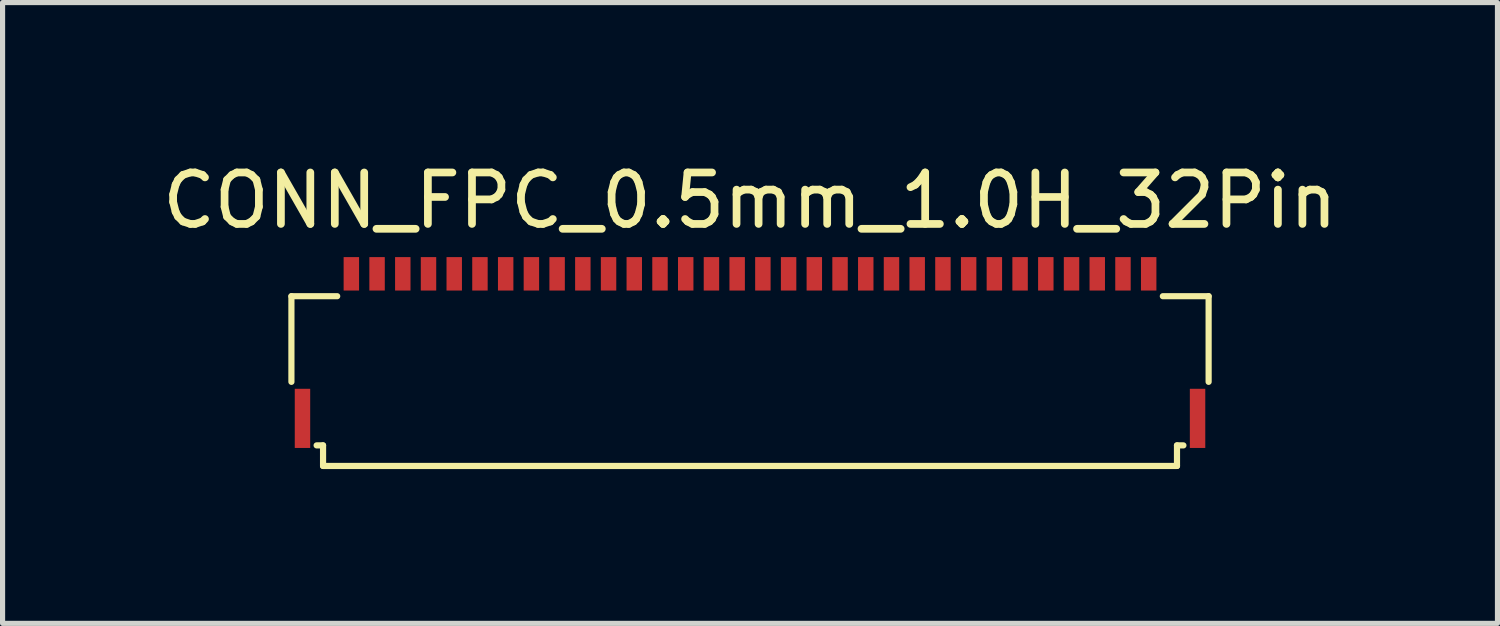
<source format=kicad_pcb>
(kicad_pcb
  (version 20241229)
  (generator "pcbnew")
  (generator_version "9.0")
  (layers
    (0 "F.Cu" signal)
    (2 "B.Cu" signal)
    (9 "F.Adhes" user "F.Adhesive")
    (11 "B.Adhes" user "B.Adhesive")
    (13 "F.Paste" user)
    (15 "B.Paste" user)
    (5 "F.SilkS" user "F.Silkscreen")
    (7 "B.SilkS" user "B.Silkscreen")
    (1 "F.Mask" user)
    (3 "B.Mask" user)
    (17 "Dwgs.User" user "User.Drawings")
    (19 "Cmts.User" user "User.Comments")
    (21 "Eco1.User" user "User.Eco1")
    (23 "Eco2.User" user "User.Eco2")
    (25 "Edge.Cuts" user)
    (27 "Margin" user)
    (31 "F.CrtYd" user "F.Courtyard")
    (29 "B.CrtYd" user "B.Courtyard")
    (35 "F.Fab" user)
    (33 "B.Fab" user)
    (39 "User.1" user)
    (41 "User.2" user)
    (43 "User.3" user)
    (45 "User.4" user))
  (footprint "CONN_FPC_0.5mm_1.0H_32Pin"
    (layer "F.Cu")
    (at 11.53 2.273)
    (property "Reference" "CONN_FPC_0.5mm_1.0H_32Pin" (at 0 -1.425 0) (layer "F.SilkS") (effects (font (size 1 1) (thickness 0.15))))
    (attr smd)
    (fp_line (start -8.915 0.435) (end -8.915 2.1) (stroke (width 0.12) (type solid)) (layer "F.SilkS"))
    (fp_line (start -8.915 0.435) (end -8.025 0.435) (stroke (width 0.12) (type solid)) (layer "F.SilkS"))
    (fp_line (start -8.425 3.335) (end -8.3 3.335) (stroke (width 0.12) (type solid)) (layer "F.SilkS"))
    (fp_line (start -8.3 3.735) (end -8.3 3.335) (stroke (width 0.12) (type solid)) (layer "F.SilkS"))
    (fp_line (start -8.3 3.735) (end 8.3 3.735) (stroke (width 0.12) (type solid)) (layer "F.SilkS"))
    (fp_line (start 8.025 0.435) (end 8.915 0.435) (stroke (width 0.12) (type solid)) (layer "F.SilkS"))
    (fp_line (start 8.3 3.335) (end 8.425 3.335) (stroke (width 0.12) (type solid)) (layer "F.SilkS"))
    (fp_line (start 8.3 3.735) (end 8.3 3.335) (stroke (width 0.12) (type solid)) (layer "F.SilkS"))
    (fp_line (start 8.915 0.435) (end 8.915 2.1) (stroke (width 0.12) (type solid)) (layer "F.SilkS"))
    (pad "1" smd rect (at -7.75 0) (size 0.3 0.65) (layers "F.Cu" "F.Mask" "F.Paste"))
    (pad "2" smd rect (at -7.25 0) (size 0.3 0.65) (layers "F.Cu" "F.Mask" "F.Paste"))
    (pad "3" smd rect (at -6.75 0) (size 0.3 0.65) (layers "F.Cu" "F.Mask" "F.Paste"))
    (pad "4" smd rect (at -6.25 0) (size 0.3 0.65) (layers "F.Cu" "F.Mask" "F.Paste"))
    (pad "5" smd rect (at -5.75 0) (size 0.3 0.65) (layers "F.Cu" "F.Mask" "F.Paste"))
    (pad "6" smd rect (at -5.25 0) (size 0.3 0.65) (layers "F.Cu" "F.Mask" "F.Paste"))
    (pad "7" smd rect (at -4.75 0) (size 0.3 0.65) (layers "F.Cu" "F.Mask" "F.Paste"))
    (pad "8" smd rect (at -4.25 0) (size 0.3 0.65) (layers "F.Cu" "F.Mask" "F.Paste"))
    (pad "9" smd rect (at -3.75 0) (size 0.3 0.65) (layers "F.Cu" "F.Mask" "F.Paste"))
    (pad "10" smd rect (at -3.25 0) (size 0.3 0.65) (layers "F.Cu" "F.Mask" "F.Paste"))
    (pad "11" smd rect (at -2.75 0) (size 0.3 0.65) (layers "F.Cu" "F.Mask" "F.Paste"))
    (pad "12" smd rect (at -2.25 0) (size 0.3 0.65) (layers "F.Cu" "F.Mask" "F.Paste"))
    (pad "13" smd rect (at -1.75 0) (size 0.3 0.65) (layers "F.Cu" "F.Mask" "F.Paste"))
    (pad "14" smd rect (at -1.25 0) (size 0.3 0.65) (layers "F.Cu" "F.Mask" "F.Paste"))
    (pad "15" smd rect (at -0.75 0) (size 0.3 0.65) (layers "F.Cu" "F.Mask" "F.Paste"))
    (pad "16" smd rect (at -0.25 0) (size 0.3 0.65) (layers "F.Cu" "F.Mask" "F.Paste"))
    (pad "17" smd rect (at 0.25 0) (size 0.3 0.65) (layers "F.Cu" "F.Mask" "F.Paste"))
    (pad "18" smd rect (at 0.75 0) (size 0.3 0.65) (layers "F.Cu" "F.Mask" "F.Paste"))
    (pad "19" smd rect (at 1.25 0) (size 0.3 0.65) (layers "F.Cu" "F.Mask" "F.Paste"))
    (pad "20" smd rect (at 1.75 0) (size 0.3 0.65) (layers "F.Cu" "F.Mask" "F.Paste"))
    (pad "21" smd rect (at 2.25 0) (size 0.3 0.65) (layers "F.Cu" "F.Mask" "F.Paste"))
    (pad "22" smd rect (at 2.75 0) (size 0.3 0.65) (layers "F.Cu" "F.Mask" "F.Paste"))
    (pad "23" smd rect (at 3.25 0) (size 0.3 0.65) (layers "F.Cu" "F.Mask" "F.Paste"))
    (pad "24" smd rect (at 3.75 0) (size 0.3 0.65) (layers "F.Cu" "F.Mask" "F.Paste"))
    (pad "25" smd rect (at 4.25 0) (size 0.3 0.65) (layers "F.Cu" "F.Mask" "F.Paste"))
    (pad "26" smd rect (at 4.75 0) (size 0.3 0.65) (layers "F.Cu" "F.Mask" "F.Paste"))
    (pad "27" smd rect (at 5.25 0) (size 0.3 0.65) (layers "F.Cu" "F.Mask" "F.Paste"))
    (pad "28" smd rect (at 5.75 0) (size 0.3 0.65) (layers "F.Cu" "F.Mask" "F.Paste"))
    (pad "29" smd rect (at 6.25 0) (size 0.3 0.65) (layers "F.Cu" "F.Mask" "F.Paste"))
    (pad "30" smd rect (at 6.75 0) (size 0.3 0.65) (layers "F.Cu" "F.Mask" "F.Paste"))
    (pad "31" smd rect (at 7.25 0) (size 0.3 0.65) (layers "F.Cu" "F.Mask" "F.Paste"))
    (pad "32" smd rect (at 7.75 0) (size 0.3 0.65) (layers "F.Cu" "F.Mask" "F.Paste"))
    (pad "MP" smd rect (at -8.7 2.81) (size 0.3 1.15) (layers "F.Cu" "F.Mask" "F.Paste"))
    (pad "MP" smd rect (at 8.7 2.81) (size 0.3 1.15) (layers "F.Cu" "F.Mask" "F.Paste")))
  (gr_rect
    (start -3 -3)
    (end 26.06 9.068)
    (stroke (width 0.1) (type default))
    (fill no)
    (layer "Edge.Cuts")))
</source>
